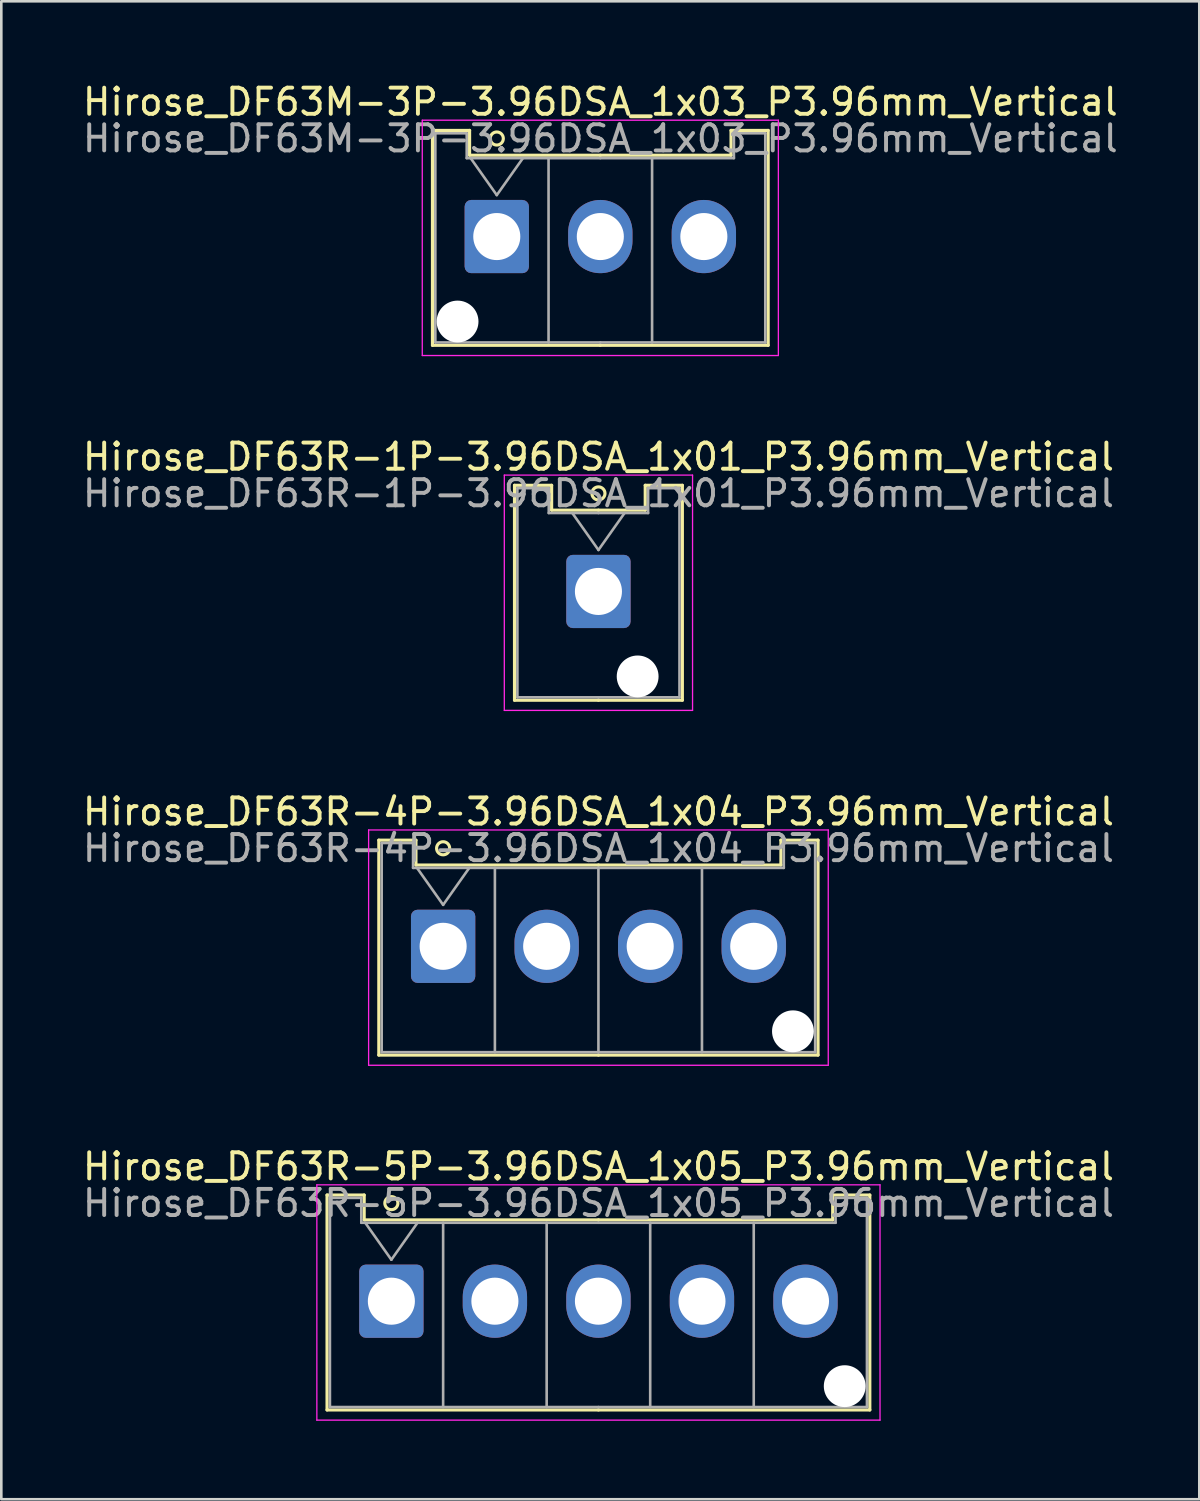
<source format=kicad_pcb>
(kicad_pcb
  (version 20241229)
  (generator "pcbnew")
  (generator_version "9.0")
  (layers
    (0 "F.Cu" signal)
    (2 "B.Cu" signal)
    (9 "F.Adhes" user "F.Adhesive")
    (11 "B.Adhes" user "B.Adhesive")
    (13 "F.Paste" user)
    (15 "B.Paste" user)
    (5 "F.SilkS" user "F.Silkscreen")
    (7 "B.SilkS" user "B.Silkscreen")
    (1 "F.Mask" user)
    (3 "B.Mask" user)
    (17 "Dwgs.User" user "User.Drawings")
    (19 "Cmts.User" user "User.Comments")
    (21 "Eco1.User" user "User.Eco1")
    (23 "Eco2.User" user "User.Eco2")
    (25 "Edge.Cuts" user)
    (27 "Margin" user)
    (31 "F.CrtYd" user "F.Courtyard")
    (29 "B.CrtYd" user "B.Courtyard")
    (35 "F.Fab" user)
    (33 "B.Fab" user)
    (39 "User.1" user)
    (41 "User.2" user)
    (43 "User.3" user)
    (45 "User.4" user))
  (footprint "Hirose_DF63M-3P-3.96DSA_1x03_P3.96mm_Vertical"
    (layer "F.Cu")
    (at 15.951 5.998)
    (property "Reference" "Hirose_DF63M-3P-3.96DSA_1x03_P3.96mm_Vertical" (at 3.96 -5.15 0) (layer "F.SilkS") (effects (font (size 1 1) (thickness 0.15))))
    (attr through_hole)
    (fp_line (start -2.46 -4.06) (end -1.04 -4.06) (stroke (width 0.12) (type solid)) (layer "F.SilkS"))
    (fp_line (start -2.46 4.16) (end -2.46 -4.06) (stroke (width 0.12) (type solid)) (layer "F.SilkS"))
    (fp_line (start -1.04 -4.06) (end -1.04 -3.11) (stroke (width 0.12) (type solid)) (layer "F.SilkS"))
    (fp_line (start -1.04 -3.11) (end 3.96 -3.11) (stroke (width 0.12) (type solid)) (layer "F.SilkS"))
    (fp_line (start 3.96 4.16) (end -2.46 4.16) (stroke (width 0.12) (type solid)) (layer "F.SilkS"))
    (fp_line (start 3.96 4.16) (end 10.38 4.16) (stroke (width 0.12) (type solid)) (layer "F.SilkS"))
    (fp_line (start 8.96 -4.06) (end 8.96 -3.11) (stroke (width 0.12) (type solid)) (layer "F.SilkS"))
    (fp_line (start 8.96 -3.11) (end 3.96 -3.11) (stroke (width 0.12) (type solid)) (layer "F.SilkS"))
    (fp_line (start 10.38 -4.06) (end 8.96 -4.06) (stroke (width 0.12) (type solid)) (layer "F.SilkS"))
    (fp_line (start 10.38 4.16) (end 10.38 -4.06) (stroke (width 0.12) (type solid)) (layer "F.SilkS"))
    (fp_circle (center 0 -3.75) (end 0.25 -3.75) (stroke (width 0.12) (type solid)) (fill no) (layer "F.SilkS"))
    (fp_line (start -2.85 -4.45) (end -2.85 4.55) (stroke (width 0.05) (type solid)) (layer "F.CrtYd"))
    (fp_line (start -2.85 4.55) (end 10.77 4.55) (stroke (width 0.05) (type solid)) (layer "F.CrtYd"))
    (fp_line (start 10.77 -4.45) (end -2.85 -4.45) (stroke (width 0.05) (type solid)) (layer "F.CrtYd"))
    (fp_line (start 10.77 4.55) (end 10.77 -4.45) (stroke (width 0.05) (type solid)) (layer "F.CrtYd"))
    (fp_line (start -2.35 -3.95) (end -1.15 -3.95) (stroke (width 0.1) (type solid)) (layer "F.Fab"))
    (fp_line (start -2.35 4.05) (end -2.35 -3.95) (stroke (width 0.1) (type solid)) (layer "F.Fab"))
    (fp_line (start -1.15 -3.95) (end -1.15 -3) (stroke (width 0.1) (type solid)) (layer "F.Fab"))
    (fp_line (start -1.15 -3) (end 3.96 -3) (stroke (width 0.1) (type solid)) (layer "F.Fab"))
    (fp_line (start -1 -3) (end 0 -1.586) (stroke (width 0.1) (type solid)) (layer "F.Fab"))
    (fp_line (start 0 -1.586) (end 1 -3) (stroke (width 0.1) (type solid)) (layer "F.Fab"))
    (fp_line (start 1.98 -3) (end 1.98 4.05) (stroke (width 0.1) (type solid)) (layer "F.Fab"))
    (fp_line (start 3.96 4.05) (end -2.35 4.05) (stroke (width 0.1) (type solid)) (layer "F.Fab"))
    (fp_line (start 3.96 4.05) (end 10.27 4.05) (stroke (width 0.1) (type solid)) (layer "F.Fab"))
    (fp_line (start 5.94 -3) (end 5.94 4.05) (stroke (width 0.1) (type solid)) (layer "F.Fab"))
    (fp_line (start 9.07 -3.95) (end 9.07 -3) (stroke (width 0.1) (type solid)) (layer "F.Fab"))
    (fp_line (start 9.07 -3) (end 3.96 -3) (stroke (width 0.1) (type solid)) (layer "F.Fab"))
    (fp_line (start 10.27 -3.95) (end 9.07 -3.95) (stroke (width 0.1) (type solid)) (layer "F.Fab"))
    (fp_line (start 10.27 4.05) (end 10.27 -3.95) (stroke (width 0.1) (type solid)) (layer "F.Fab"))
    (fp_text user "${REFERENCE}" (at 3.96 -3.75 0) (layer "F.Fab") (effects (font (size 1 1) (thickness 0.15))))
    (pad "" np_thru_hole circle (at -1.5 3.25) (size 1.6 1.6) (drill 1.6) (layers "*.Cu" "*.Mask"))
    (pad "1" thru_hole roundrect (at 0 0) (size 2.46 2.8) (drill 1.8) (layers "*.Cu" "*.Mask") (roundrect_rratio 0.102))
    (pad "2" thru_hole oval (at 3.96 0) (size 2.46 2.8) (drill 1.8) (layers "*.Cu" "*.Mask"))
    (pad "3" thru_hole oval (at 7.92 0) (size 2.46 2.8) (drill 1.8) (layers "*.Cu" "*.Mask")))
  (footprint "Hirose_DF63R-4P-3.96DSA_1x04_P3.96mm_Vertical"
    (layer "F.Cu")
    (at 13.899 33.145)
    (property "Reference" "Hirose_DF63R-4P-3.96DSA_1x04_P3.96mm_Vertical" (at 5.94 -5.15 0) (layer "F.SilkS") (effects (font (size 1 1) (thickness 0.15))))
    (attr through_hole)
    (fp_line (start -2.46 -4.06) (end -1.04 -4.06) (stroke (width 0.12) (type solid)) (layer "F.SilkS"))
    (fp_line (start -2.46 4.16) (end -2.46 -4.06) (stroke (width 0.12) (type solid)) (layer "F.SilkS"))
    (fp_line (start -1.04 -4.06) (end -1.04 -3.11) (stroke (width 0.12) (type solid)) (layer "F.SilkS"))
    (fp_line (start -1.04 -3.11) (end 5.94 -3.11) (stroke (width 0.12) (type solid)) (layer "F.SilkS"))
    (fp_line (start 5.94 4.16) (end -2.46 4.16) (stroke (width 0.12) (type solid)) (layer "F.SilkS"))
    (fp_line (start 5.94 4.16) (end 14.34 4.16) (stroke (width 0.12) (type solid)) (layer "F.SilkS"))
    (fp_line (start 12.92 -4.06) (end 12.92 -3.11) (stroke (width 0.12) (type solid)) (layer "F.SilkS"))
    (fp_line (start 12.92 -3.11) (end 5.94 -3.11) (stroke (width 0.12) (type solid)) (layer "F.SilkS"))
    (fp_line (start 14.34 -4.06) (end 12.92 -4.06) (stroke (width 0.12) (type solid)) (layer "F.SilkS"))
    (fp_line (start 14.34 4.16) (end 14.34 -4.06) (stroke (width 0.12) (type solid)) (layer "F.SilkS"))
    (fp_circle (center 0 -3.75) (end 0.25 -3.75) (stroke (width 0.12) (type solid)) (fill no) (layer "F.SilkS"))
    (fp_line (start -2.85 -4.45) (end -2.85 4.55) (stroke (width 0.05) (type solid)) (layer "F.CrtYd"))
    (fp_line (start -2.85 4.55) (end 14.73 4.55) (stroke (width 0.05) (type solid)) (layer "F.CrtYd"))
    (fp_line (start 14.73 -4.45) (end -2.85 -4.45) (stroke (width 0.05) (type solid)) (layer "F.CrtYd"))
    (fp_line (start 14.73 4.55) (end 14.73 -4.45) (stroke (width 0.05) (type solid)) (layer "F.CrtYd"))
    (fp_line (start -2.35 -3.95) (end -1.15 -3.95) (stroke (width 0.1) (type solid)) (layer "F.Fab"))
    (fp_line (start -2.35 4.05) (end -2.35 -3.95) (stroke (width 0.1) (type solid)) (layer "F.Fab"))
    (fp_line (start -1.15 -3.95) (end -1.15 -3) (stroke (width 0.1) (type solid)) (layer "F.Fab"))
    (fp_line (start -1.15 -3) (end 5.94 -3) (stroke (width 0.1) (type solid)) (layer "F.Fab"))
    (fp_line (start -1 -3) (end 0 -1.586) (stroke (width 0.1) (type solid)) (layer "F.Fab"))
    (fp_line (start 0 -1.586) (end 1 -3) (stroke (width 0.1) (type solid)) (layer "F.Fab"))
    (fp_line (start 1.98 -3) (end 1.98 4.05) (stroke (width 0.1) (type solid)) (layer "F.Fab"))
    (fp_line (start 5.94 -3) (end 5.94 4.05) (stroke (width 0.1) (type solid)) (layer "F.Fab"))
    (fp_line (start 5.94 4.05) (end -2.35 4.05) (stroke (width 0.1) (type solid)) (layer "F.Fab"))
    (fp_line (start 5.94 4.05) (end 14.23 4.05) (stroke (width 0.1) (type solid)) (layer "F.Fab"))
    (fp_line (start 9.9 -3) (end 9.9 4.05) (stroke (width 0.1) (type solid)) (layer "F.Fab"))
    (fp_line (start 13.03 -3.95) (end 13.03 -3) (stroke (width 0.1) (type solid)) (layer "F.Fab"))
    (fp_line (start 13.03 -3) (end 5.94 -3) (stroke (width 0.1) (type solid)) (layer "F.Fab"))
    (fp_line (start 14.23 -3.95) (end 13.03 -3.95) (stroke (width 0.1) (type solid)) (layer "F.Fab"))
    (fp_line (start 14.23 4.05) (end 14.23 -3.95) (stroke (width 0.1) (type solid)) (layer "F.Fab"))
    (fp_text user "${REFERENCE}" (at 5.94 -3.75 0) (layer "F.Fab") (effects (font (size 1 1) (thickness 0.15))))
    (pad "" np_thru_hole circle (at 13.38 3.25) (size 1.6 1.6) (drill 1.6) (layers "*.Cu" "*.Mask"))
    (pad "1" thru_hole roundrect (at 0 0) (size 2.46 2.8) (drill 1.8) (layers "*.Cu" "*.Mask") (roundrect_rratio 0.102))
    (pad "2" thru_hole oval (at 3.96 0) (size 2.46 2.8) (drill 1.8) (layers "*.Cu" "*.Mask"))
    (pad "3" thru_hole oval (at 7.92 0) (size 2.46 2.8) (drill 1.8) (layers "*.Cu" "*.Mask"))
    (pad "4" thru_hole oval (at 11.88 0) (size 2.46 2.8) (drill 1.8) (layers "*.Cu" "*.Mask")))
  (footprint "Hirose_DF63R-1P-3.96DSA_1x01_P3.96mm_Vertical"
    (layer "F.Cu")
    (at 19.839 19.572)
    (property "Reference" "Hirose_DF63R-1P-3.96DSA_1x01_P3.96mm_Vertical" (at 0 -5.15 0) (layer "F.SilkS") (effects (font (size 1 1) (thickness 0.15))))
    (attr through_hole)
    (fp_line (start -3.21 -4.06) (end -1.79 -4.06) (stroke (width 0.12) (type solid)) (layer "F.SilkS"))
    (fp_line (start -3.21 4.16) (end -3.21 -4.06) (stroke (width 0.12) (type solid)) (layer "F.SilkS"))
    (fp_line (start -1.79 -4.06) (end -1.79 -3.11) (stroke (width 0.12) (type solid)) (layer "F.SilkS"))
    (fp_line (start -1.79 -3.11) (end 0 -3.11) (stroke (width 0.12) (type solid)) (layer "F.SilkS"))
    (fp_line (start 0 4.16) (end -3.21 4.16) (stroke (width 0.12) (type solid)) (layer "F.SilkS"))
    (fp_line (start 0 4.16) (end 3.21 4.16) (stroke (width 0.12) (type solid)) (layer "F.SilkS"))
    (fp_line (start 1.79 -4.06) (end 1.79 -3.11) (stroke (width 0.12) (type solid)) (layer "F.SilkS"))
    (fp_line (start 1.79 -3.11) (end 0 -3.11) (stroke (width 0.12) (type solid)) (layer "F.SilkS"))
    (fp_line (start 3.21 -4.06) (end 1.79 -4.06) (stroke (width 0.12) (type solid)) (layer "F.SilkS"))
    (fp_line (start 3.21 4.16) (end 3.21 -4.06) (stroke (width 0.12) (type solid)) (layer "F.SilkS"))
    (fp_circle (center 0 -3.75) (end 0.25 -3.75) (stroke (width 0.12) (type solid)) (fill no) (layer "F.SilkS"))
    (fp_line (start -3.6 -4.45) (end -3.6 4.55) (stroke (width 0.05) (type solid)) (layer "F.CrtYd"))
    (fp_line (start -3.6 4.55) (end 3.6 4.55) (stroke (width 0.05) (type solid)) (layer "F.CrtYd"))
    (fp_line (start 3.6 -4.45) (end -3.6 -4.45) (stroke (width 0.05) (type solid)) (layer "F.CrtYd"))
    (fp_line (start 3.6 4.55) (end 3.6 -4.45) (stroke (width 0.05) (type solid)) (layer "F.CrtYd"))
    (fp_line (start -3.1 -3.95) (end -1.9 -3.95) (stroke (width 0.1) (type solid)) (layer "F.Fab"))
    (fp_line (start -3.1 4.05) (end -3.1 -3.95) (stroke (width 0.1) (type solid)) (layer "F.Fab"))
    (fp_line (start -1.9 -3.95) (end -1.9 -3) (stroke (width 0.1) (type solid)) (layer "F.Fab"))
    (fp_line (start -1.9 -3) (end 0 -3) (stroke (width 0.1) (type solid)) (layer "F.Fab"))
    (fp_line (start -1 -3) (end 0 -1.586) (stroke (width 0.1) (type solid)) (layer "F.Fab"))
    (fp_line (start 0 -1.586) (end 1 -3) (stroke (width 0.1) (type solid)) (layer "F.Fab"))
    (fp_line (start 0 4.05) (end -3.1 4.05) (stroke (width 0.1) (type solid)) (layer "F.Fab"))
    (fp_line (start 0 4.05) (end 3.1 4.05) (stroke (width 0.1) (type solid)) (layer "F.Fab"))
    (fp_line (start 1.9 -3.95) (end 1.9 -3) (stroke (width 0.1) (type solid)) (layer "F.Fab"))
    (fp_line (start 1.9 -3) (end 0 -3) (stroke (width 0.1) (type solid)) (layer "F.Fab"))
    (fp_line (start 3.1 -3.95) (end 1.9 -3.95) (stroke (width 0.1) (type solid)) (layer "F.Fab"))
    (fp_line (start 3.1 4.05) (end 3.1 -3.95) (stroke (width 0.1) (type solid)) (layer "F.Fab"))
    (fp_text user "${REFERENCE}" (at 0 -3.75 0) (layer "F.Fab") (effects (font (size 1 1) (thickness 0.15))))
    (pad "" np_thru_hole circle (at 1.5 3.25) (size 1.6 1.6) (drill 1.6) (layers "*.Cu" "*.Mask"))
    (pad "1" thru_hole roundrect (at 0 0) (size 2.46 2.8) (drill 1.8) (layers "*.Cu" "*.Mask") (roundrect_rratio 0.102)))
  (footprint "Hirose_DF63R-5P-3.96DSA_1x05_P3.96mm_Vertical"
    (layer "F.Cu")
    (at 11.919 46.718)
    (property "Reference" "Hirose_DF63R-5P-3.96DSA_1x05_P3.96mm_Vertical" (at 7.92 -5.15 0) (layer "F.SilkS") (effects (font (size 1 1) (thickness 0.15))))
    (attr through_hole)
    (fp_line (start -2.46 -4.06) (end -1.04 -4.06) (stroke (width 0.12) (type solid)) (layer "F.SilkS"))
    (fp_line (start -2.46 4.16) (end -2.46 -4.06) (stroke (width 0.12) (type solid)) (layer "F.SilkS"))
    (fp_line (start -1.04 -4.06) (end -1.04 -3.11) (stroke (width 0.12) (type solid)) (layer "F.SilkS"))
    (fp_line (start -1.04 -3.11) (end 7.92 -3.11) (stroke (width 0.12) (type solid)) (layer "F.SilkS"))
    (fp_line (start 7.92 4.16) (end -2.46 4.16) (stroke (width 0.12) (type solid)) (layer "F.SilkS"))
    (fp_line (start 7.92 4.16) (end 18.3 4.16) (stroke (width 0.12) (type solid)) (layer "F.SilkS"))
    (fp_line (start 16.88 -4.06) (end 16.88 -3.11) (stroke (width 0.12) (type solid)) (layer "F.SilkS"))
    (fp_line (start 16.88 -3.11) (end 7.92 -3.11) (stroke (width 0.12) (type solid)) (layer "F.SilkS"))
    (fp_line (start 18.3 -4.06) (end 16.88 -4.06) (stroke (width 0.12) (type solid)) (layer "F.SilkS"))
    (fp_line (start 18.3 4.16) (end 18.3 -4.06) (stroke (width 0.12) (type solid)) (layer "F.SilkS"))
    (fp_circle (center 0 -3.75) (end 0.25 -3.75) (stroke (width 0.12) (type solid)) (fill no) (layer "F.SilkS"))
    (fp_line (start -2.85 -4.45) (end -2.85 4.55) (stroke (width 0.05) (type solid)) (layer "F.CrtYd"))
    (fp_line (start -2.85 4.55) (end 18.69 4.55) (stroke (width 0.05) (type solid)) (layer "F.CrtYd"))
    (fp_line (start 18.69 -4.45) (end -2.85 -4.45) (stroke (width 0.05) (type solid)) (layer "F.CrtYd"))
    (fp_line (start 18.69 4.55) (end 18.69 -4.45) (stroke (width 0.05) (type solid)) (layer "F.CrtYd"))
    (fp_line (start -2.35 -3.95) (end -1.15 -3.95) (stroke (width 0.1) (type solid)) (layer "F.Fab"))
    (fp_line (start -2.35 4.05) (end -2.35 -3.95) (stroke (width 0.1) (type solid)) (layer "F.Fab"))
    (fp_line (start -1.15 -3.95) (end -1.15 -3) (stroke (width 0.1) (type solid)) (layer "F.Fab"))
    (fp_line (start -1.15 -3) (end 7.92 -3) (stroke (width 0.1) (type solid)) (layer "F.Fab"))
    (fp_line (start -1 -3) (end 0 -1.586) (stroke (width 0.1) (type solid)) (layer "F.Fab"))
    (fp_line (start 0 -1.586) (end 1 -3) (stroke (width 0.1) (type solid)) (layer "F.Fab"))
    (fp_line (start 1.98 -3) (end 1.98 4.05) (stroke (width 0.1) (type solid)) (layer "F.Fab"))
    (fp_line (start 5.94 -3) (end 5.94 4.05) (stroke (width 0.1) (type solid)) (layer "F.Fab"))
    (fp_line (start 7.92 4.05) (end -2.35 4.05) (stroke (width 0.1) (type solid)) (layer "F.Fab"))
    (fp_line (start 7.92 4.05) (end 18.19 4.05) (stroke (width 0.1) (type solid)) (layer "F.Fab"))
    (fp_line (start 9.9 -3) (end 9.9 4.05) (stroke (width 0.1) (type solid)) (layer "F.Fab"))
    (fp_line (start 13.86 -3) (end 13.86 4.05) (stroke (width 0.1) (type solid)) (layer "F.Fab"))
    (fp_line (start 16.99 -3.95) (end 16.99 -3) (stroke (width 0.1) (type solid)) (layer "F.Fab"))
    (fp_line (start 16.99 -3) (end 7.92 -3) (stroke (width 0.1) (type solid)) (layer "F.Fab"))
    (fp_line (start 18.19 -3.95) (end 16.99 -3.95) (stroke (width 0.1) (type solid)) (layer "F.Fab"))
    (fp_line (start 18.19 4.05) (end 18.19 -3.95) (stroke (width 0.1) (type solid)) (layer "F.Fab"))
    (fp_text user "${REFERENCE}" (at 7.92 -3.75 0) (layer "F.Fab") (effects (font (size 1 1) (thickness 0.15))))
    (pad "" np_thru_hole circle (at 17.34 3.25) (size 1.6 1.6) (drill 1.6) (layers "*.Cu" "*.Mask"))
    (pad "1" thru_hole roundrect (at 0 0) (size 2.46 2.8) (drill 1.8) (layers "*.Cu" "*.Mask") (roundrect_rratio 0.102))
    (pad "2" thru_hole oval (at 3.96 0) (size 2.46 2.8) (drill 1.8) (layers "*.Cu" "*.Mask"))
    (pad "3" thru_hole oval (at 7.92 0) (size 2.46 2.8) (drill 1.8) (layers "*.Cu" "*.Mask"))
    (pad "4" thru_hole oval (at 11.88 0) (size 2.46 2.8) (drill 1.8) (layers "*.Cu" "*.Mask"))
    (pad "5" thru_hole oval (at 15.84 0) (size 2.46 2.8) (drill 1.8) (layers "*.Cu" "*.Mask")))
  (gr_rect
    (start -3 -3)
    (end 42.821 54.293)
    (stroke (width 0.1) (type default))
    (fill no)
    (layer "Edge.Cuts")))
</source>
